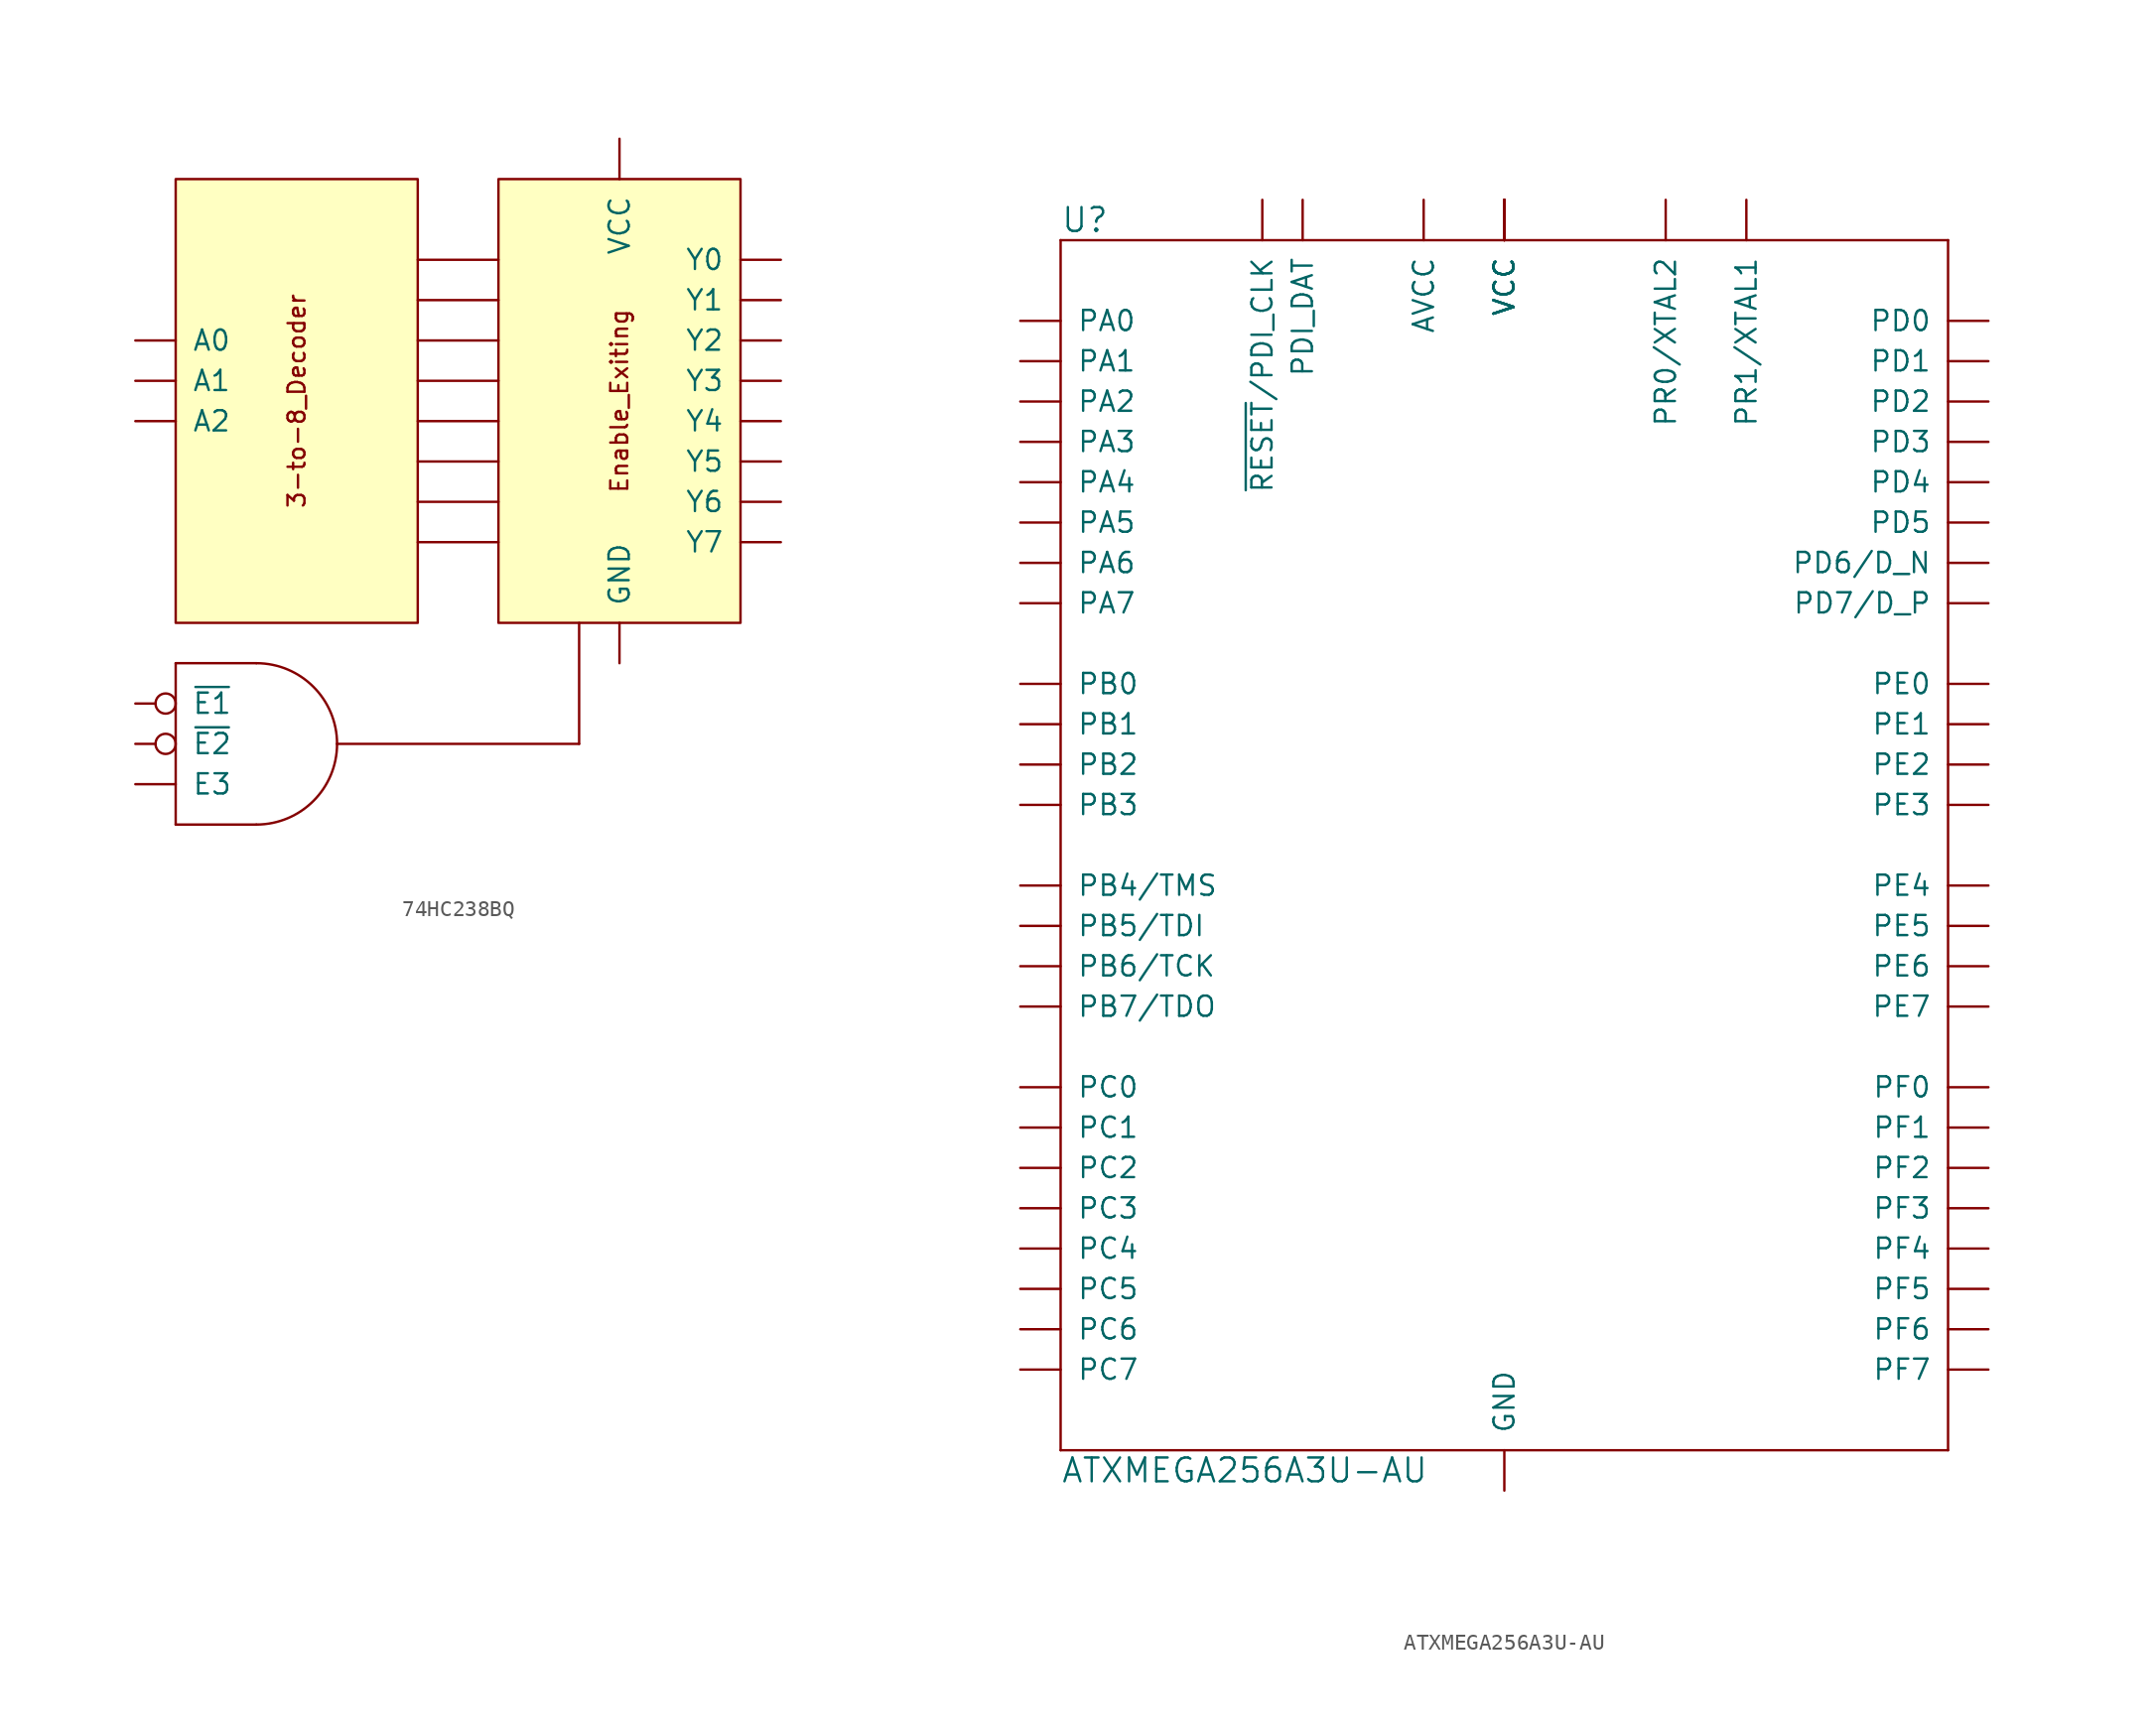
<source format=kicad_sym>
(kicad_symbol_lib
  (version 20211014)
  (generator kicad_symbol_editor)
  (symbol "74HC238BQ"
    (pin_names
      (offset 1.016))
    (property "Reference" "U"
      (at 0 21.59 0)
      (effects (font (size 1.27 1.27)) hide))
    (property "ki_locked" ""
      (at 0 0 0)
      (effects (font (size 1.27 1.27))))
    (symbol "74HC238BQ_1_0"
      (arc (start -12.7 -20.32) (mid -9.1079 -18.8321) (end -7.62 -15.24) (stroke (width 0) (type default) (color 0 0 0 0)) (fill (type none)))
      (arc (start -7.62 -15.24) (mid -9.1079 -11.6479) (end -12.7 -10.16) (stroke (width 0) (type default) (color 0 0 0 0)) (fill (type none)))
      (polyline (pts (xy -17.78 -20.32) (xy -12.7 -20.32)) (stroke (width 0) (type default) (color 0 0 0 0)) (fill (type none)))
      (polyline (pts (xy -17.78 -10.16) (xy -17.78 -20.32)) (stroke (width 0) (type default) (color 0 0 0 0)) (fill (type none)))
      (polyline (pts (xy -12.7 -10.16) (xy -17.78 -10.16)) (stroke (width 0) (type default) (color 0 0 0 0)) (fill (type none)))
      (polyline (pts (xy -7.62 -15.24) (xy 7.62 -15.24)) (stroke (width 0) (type default) (color 0 0 0 0)) (fill (type none)))
      (polyline (pts (xy 2.54 -2.54) (xy -2.54 -2.54)) (stroke (width 0) (type default) (color 0 0 0 0)) (fill (type none)))
      (polyline (pts (xy 2.54 0) (xy -2.54 0)) (stroke (width 0) (type default) (color 0 0 0 0)) (fill (type none)))
      (polyline (pts (xy 2.54 2.54) (xy -2.54 2.54)) (stroke (width 0) (type default) (color 0 0 0 0)) (fill (type none)))
      (polyline (pts (xy 2.54 5.08) (xy -2.54 5.08)) (stroke (width 0) (type default) (color 0 0 0 0)) (fill (type none)))
      (polyline (pts (xy 2.54 7.62) (xy -2.54 7.62)) (stroke (width 0) (type default) (color 0 0 0 0)) (fill (type none)))
      (polyline (pts (xy 2.54 10.16) (xy -2.54 10.16)) (stroke (width 0) (type default) (color 0 0 0 0)) (fill (type none)))
      (polyline (pts (xy 2.54 12.7) (xy -2.54 12.7)) (stroke (width 0) (type default) (color 0 0 0 0)) (fill (type none)))
      (polyline (pts (xy 2.54 15.24) (xy -2.54 15.24)) (stroke (width 0) (type default) (color 0 0 0 0)) (fill (type none)))
      (polyline (pts (xy 7.62 -15.24) (xy 7.62 -7.62)) (stroke (width 0) (type default) (color 0 0 0 0)) (fill (type none)))
      (text "3-to-8_Decoder" (at -10.16 6.35 900) (effects (font (size 1.067 1.067))))
      (text "Enable_Exiting" (at 10.16 6.35 900) (effects (font (size 1.067 1.067))))
      (pin input line (at -20.32 10.16 0) (length 2.54) (name "A0" (effects (font (size 1.27 1.27)))) (number "1" (effects (font (size 0 0)))))
      (pin output line (at 20.32 2.54 180) (length 2.54) (name "Y5" (effects (font (size 1.27 1.27)))) (number "10" (effects (font (size 0 0)))))
      (pin output line (at 20.32 5.08 180) (length 2.54) (name "Y4" (effects (font (size 1.27 1.27)))) (number "11" (effects (font (size 0 0)))))
      (pin output line (at 20.32 7.62 180) (length 2.54) (name "Y3" (effects (font (size 1.27 1.27)))) (number "12" (effects (font (size 0 0)))))
      (pin output line (at 20.32 10.16 180) (length 2.54) (name "Y2" (effects (font (size 1.27 1.27)))) (number "13" (effects (font (size 0 0)))))
      (pin output line (at 20.32 12.7 180) (length 2.54) (name "Y1" (effects (font (size 1.27 1.27)))) (number "14" (effects (font (size 0 0)))))
      (pin output line (at 20.32 15.24 180) (length 2.54) (name "Y0" (effects (font (size 1.27 1.27)))) (number "15" (effects (font (size 0 0)))))
      (pin power_in line (at 10.16 22.86 270) (length 2.54) (name "VCC" (effects (font (size 1.27 1.27)))) (number "16" (effects (font (size 0 0)))))
      (pin input line (at -20.32 7.62 0) (length 2.54) (name "A1" (effects (font (size 1.27 1.27)))) (number "2" (effects (font (size 0 0)))))
      (pin input line (at -20.32 5.08 0) (length 2.54) (name "A2" (effects (font (size 1.27 1.27)))) (number "3" (effects (font (size 0 0)))))
      (pin input inverted (at -20.32 -12.7 0) (length 2.54) (name "~{E1}" (effects (font (size 1.27 1.27)))) (number "4" (effects (font (size 0 0)))))
      (pin input inverted (at -20.32 -15.24 0) (length 2.54) (name "~{E2}" (effects (font (size 1.27 1.27)))) (number "5" (effects (font (size 0 0)))))
      (pin input line (at -20.32 -17.78 0) (length 2.54) (name "E3" (effects (font (size 1.27 1.27)))) (number "6" (effects (font (size 0 0)))))
      (pin output line (at 20.32 -2.54 180) (length 2.54) (name "Y7" (effects (font (size 1.27 1.27)))) (number "7" (effects (font (size 0 0)))))
      (pin passive line (at 10.16 -10.16 90) (length 2.54) (name "GND" (effects (font (size 1.27 1.27)))) (number "8" (effects (font (size 0 0)))))
      (pin output line (at 20.32 0 180) (length 2.54) (name "Y6" (effects (font (size 1.27 1.27)))) (number "9" (effects (font (size 0 0)))))
      (pin passive line (at 10.16 -10.16 90) (length 2.54) hide (name "GND" (effects (font (size 1.27 1.27)))) (number "EP" (effects (font (size 0 0))))))
    (symbol "74HC238BQ_1_1"
      (rectangle (start -2.54 -7.62) (end -17.78 20.32) (stroke (width 0) (type default) (color 0 0 0 0)) (fill (type background)))
      (rectangle (start 17.78 -7.62) (end 2.54 20.32) (stroke (width 0) (type default) (color 0 0 0 0)) (fill (type background)))))
  (symbol "ATXMEGA256A3U-AU"
    (pin_numbers hide)
    (pin_names
      (offset 1.016))
    (property "Reference" "U"
      (at -27.94 39.37 0)
      (effects (font (size 1.499 1.499)) (justify left)))
    (property "Value" "ATXMEGA256A3U-AU"
      (at -27.94 -39.37 0)
      (effects (font (size 1.499 1.499)) (justify left)))
    (symbol "ATXMEGA256A3U-AU_1_0"
      (polyline (pts (xy -27.94 -38.1) (xy -27.94 38.1)) (stroke (width 0) (type default) (color 0 0 0 0)) (fill (type none)))
      (polyline (pts (xy -27.94 38.1) (xy 27.94 38.1)) (stroke (width 0) (type default) (color 0 0 0 0)) (fill (type none)))
      (polyline (pts (xy 27.94 -38.1) (xy -27.94 -38.1)) (stroke (width 0) (type default) (color 0 0 0 0)) (fill (type none)))
      (polyline (pts (xy 27.94 38.1) (xy 27.94 -38.1)) (stroke (width 0) (type default) (color 0 0 0 0)) (fill (type none)))
      (pin bidirectional line (at -30.48 25.4 0) (length 2.54) (name "PA3" (effects (font (size 1.27 1.27)))) (number "1" (effects (font (size 0 0)))))
      (pin bidirectional line (at -30.48 -2.54 0) (length 2.54) (name "PB4/TMS" (effects (font (size 1.27 1.27)))) (number "10" (effects (font (size 0 0)))))
      (pin bidirectional line (at -30.48 -5.08 0) (length 2.54) (name "PB5/TDI" (effects (font (size 1.27 1.27)))) (number "11" (effects (font (size 0 0)))))
      (pin bidirectional line (at -30.48 -7.62 0) (length 2.54) (name "PB6/TCK" (effects (font (size 1.27 1.27)))) (number "12" (effects (font (size 0 0)))))
      (pin bidirectional line (at -30.48 -10.16 0) (length 2.54) (name "PB7/TDO" (effects (font (size 1.27 1.27)))) (number "13" (effects (font (size 0 0)))))
      (pin passive line (at 0 -40.64 90) (length 2.54) (name "GND" (effects (font (size 1.27 1.27)))) (number "14" (effects (font (size 0 0)))))
      (pin passive line (at 0 40.64 270) (length 2.54) (name "VCC" (effects (font (size 1.27 1.27)))) (number "15" (effects (font (size 0 0)))))
      (pin bidirectional line (at -30.48 -15.24 0) (length 2.54) (name "PC0" (effects (font (size 1.27 1.27)))) (number "16" (effects (font (size 0 0)))))
      (pin bidirectional line (at -30.48 -17.78 0) (length 2.54) (name "PC1" (effects (font (size 1.27 1.27)))) (number "17" (effects (font (size 0 0)))))
      (pin bidirectional line (at -30.48 -20.32 0) (length 2.54) (name "PC2" (effects (font (size 1.27 1.27)))) (number "18" (effects (font (size 0 0)))))
      (pin bidirectional line (at -30.48 -22.86 0) (length 2.54) (name "PC3" (effects (font (size 1.27 1.27)))) (number "19" (effects (font (size 0 0)))))
      (pin bidirectional line (at -30.48 22.86 0) (length 2.54) (name "PA4" (effects (font (size 1.27 1.27)))) (number "2" (effects (font (size 0 0)))))
      (pin bidirectional line (at -30.48 -25.4 0) (length 2.54) (name "PC4" (effects (font (size 1.27 1.27)))) (number "20" (effects (font (size 0 0)))))
      (pin bidirectional line (at -30.48 -27.94 0) (length 2.54) (name "PC5" (effects (font (size 1.27 1.27)))) (number "21" (effects (font (size 0 0)))))
      (pin bidirectional line (at -30.48 -30.48 0) (length 2.54) (name "PC6" (effects (font (size 1.27 1.27)))) (number "22" (effects (font (size 0 0)))))
      (pin bidirectional line (at -30.48 -33.02 0) (length 2.54) (name "PC7" (effects (font (size 1.27 1.27)))) (number "23" (effects (font (size 0 0)))))
      (pin passive line (at 0 -40.64 90) (length 2.54) hide (name "GND" (effects (font (size 1.27 1.27)))) (number "24" (effects (font (size 0 0)))))
      (pin passive line (at 0 40.64 270) (length 2.54) (name "VCC" (effects (font (size 1.27 1.27)))) (number "25" (effects (font (size 0 0)))))
      (pin bidirectional line (at 30.48 33.02 180) (length 2.54) (name "PD0" (effects (font (size 1.27 1.27)))) (number "26" (effects (font (size 0 0)))))
      (pin bidirectional line (at 30.48 30.48 180) (length 2.54) (name "PD1" (effects (font (size 1.27 1.27)))) (number "27" (effects (font (size 0 0)))))
      (pin bidirectional line (at 30.48 27.94 180) (length 2.54) (name "PD2" (effects (font (size 1.27 1.27)))) (number "28" (effects (font (size 0 0)))))
      (pin bidirectional line (at 30.48 25.4 180) (length 2.54) (name "PD3" (effects (font (size 1.27 1.27)))) (number "29" (effects (font (size 0 0)))))
      (pin bidirectional line (at -30.48 20.32 0) (length 2.54) (name "PA5" (effects (font (size 1.27 1.27)))) (number "3" (effects (font (size 0 0)))))
      (pin bidirectional line (at 30.48 22.86 180) (length 2.54) (name "PD4" (effects (font (size 1.27 1.27)))) (number "30" (effects (font (size 0 0)))))
      (pin bidirectional line (at 30.48 20.32 180) (length 2.54) (name "PD5" (effects (font (size 1.27 1.27)))) (number "31" (effects (font (size 0 0)))))
      (pin bidirectional line (at 30.48 17.78 180) (length 2.54) (name "PD6/D_N" (effects (font (size 1.27 1.27)))) (number "32" (effects (font (size 0 0)))))
      (pin bidirectional line (at 30.48 15.24 180) (length 2.54) (name "PD7/D_P" (effects (font (size 1.27 1.27)))) (number "33" (effects (font (size 0 0)))))
      (pin passive line (at 0 -40.64 90) (length 2.54) hide (name "GND" (effects (font (size 1.27 1.27)))) (number "34" (effects (font (size 0 0)))))
      (pin passive line (at 0 40.64 270) (length 2.54) (name "VCC" (effects (font (size 1.27 1.27)))) (number "35" (effects (font (size 0 0)))))
      (pin bidirectional line (at 30.48 10.16 180) (length 2.54) (name "PE0" (effects (font (size 1.27 1.27)))) (number "36" (effects (font (size 0 0)))))
      (pin bidirectional line (at 30.48 7.62 180) (length 2.54) (name "PE1" (effects (font (size 1.27 1.27)))) (number "37" (effects (font (size 0 0)))))
      (pin bidirectional line (at 30.48 5.08 180) (length 2.54) (name "PE2" (effects (font (size 1.27 1.27)))) (number "38" (effects (font (size 0 0)))))
      (pin bidirectional line (at 30.48 2.54 180) (length 2.54) (name "PE3" (effects (font (size 1.27 1.27)))) (number "39" (effects (font (size 0 0)))))
      (pin bidirectional line (at -30.48 17.78 0) (length 2.54) (name "PA6" (effects (font (size 1.27 1.27)))) (number "4" (effects (font (size 0 0)))))
      (pin bidirectional line (at 30.48 -2.54 180) (length 2.54) (name "PE4" (effects (font (size 1.27 1.27)))) (number "40" (effects (font (size 0 0)))))
      (pin bidirectional line (at 30.48 -5.08 180) (length 2.54) (name "PE5" (effects (font (size 1.27 1.27)))) (number "41" (effects (font (size 0 0)))))
      (pin bidirectional line (at 30.48 -7.62 180) (length 2.54) (name "PE6" (effects (font (size 1.27 1.27)))) (number "42" (effects (font (size 0 0)))))
      (pin input line (at 30.48 -10.16 180) (length 2.54) (name "PE7" (effects (font (size 1.27 1.27)))) (number "43" (effects (font (size 0 0)))))
      (pin passive line (at 0 -40.64 90) (length 2.54) hide (name "GND" (effects (font (size 1.27 1.27)))) (number "44" (effects (font (size 0 0)))))
      (pin passive line (at 0 40.64 270) (length 2.54) (name "VCC" (effects (font (size 1.27 1.27)))) (number "45" (effects (font (size 0 0)))))
      (pin bidirectional line (at 30.48 -15.24 180) (length 2.54) (name "PF0" (effects (font (size 1.27 1.27)))) (number "46" (effects (font (size 0 0)))))
      (pin bidirectional line (at 30.48 -17.78 180) (length 2.54) (name "PF1" (effects (font (size 1.27 1.27)))) (number "47" (effects (font (size 0 0)))))
      (pin bidirectional line (at 30.48 -20.32 180) (length 2.54) (name "PF2" (effects (font (size 1.27 1.27)))) (number "48" (effects (font (size 0 0)))))
      (pin bidirectional line (at 30.48 -22.86 180) (length 2.54) (name "PF3" (effects (font (size 1.27 1.27)))) (number "49" (effects (font (size 0 0)))))
      (pin bidirectional line (at -30.48 15.24 0) (length 2.54) (name "PA7" (effects (font (size 1.27 1.27)))) (number "5" (effects (font (size 0 0)))))
      (pin bidirectional line (at 30.48 -25.4 180) (length 2.54) (name "PF4" (effects (font (size 1.27 1.27)))) (number "50" (effects (font (size 0 0)))))
      (pin bidirectional line (at 30.48 -27.94 180) (length 2.54) (name "PF5" (effects (font (size 1.27 1.27)))) (number "51" (effects (font (size 0 0)))))
      (pin passive line (at 0 -40.64 90) (length 2.54) hide (name "GND" (effects (font (size 1.27 1.27)))) (number "52" (effects (font (size 0 0)))))
      (pin passive line (at 0 40.64 270) (length 2.54) (name "VCC" (effects (font (size 1.27 1.27)))) (number "53" (effects (font (size 0 0)))))
      (pin bidirectional line (at 30.48 -30.48 180) (length 2.54) (name "PF6" (effects (font (size 1.27 1.27)))) (number "54" (effects (font (size 0 0)))))
      (pin bidirectional line (at 30.48 -33.02 180) (length 2.54) (name "PF7" (effects (font (size 1.27 1.27)))) (number "55" (effects (font (size 0 0)))))
      (pin input line (at -12.7 40.64 270) (length 2.54) (name "PDI_DAT" (effects (font (size 1.27 1.27)))) (number "56" (effects (font (size 0 0)))))
      (pin input line (at -15.24 40.64 270) (length 2.54) (name "~{RESET}/PDI_CLK" (effects (font (size 1.27 1.27)))) (number "57" (effects (font (size 0 0)))))
      (pin bidirectional line (at 10.16 40.64 270) (length 2.54) (name "PR0/XTAL2" (effects (font (size 1.27 1.27)))) (number "58" (effects (font (size 0 0)))))
      (pin bidirectional line (at 15.24 40.64 270) (length 2.54) (name "PR1/XTAL1" (effects (font (size 1.27 1.27)))) (number "59" (effects (font (size 0 0)))))
      (pin bidirectional line (at -30.48 10.16 0) (length 2.54) (name "PB0" (effects (font (size 1.27 1.27)))) (number "6" (effects (font (size 0 0)))))
      (pin passive line (at 0 -40.64 90) (length 2.54) hide (name "GND" (effects (font (size 1.27 1.27)))) (number "60" (effects (font (size 0 0)))))
      (pin passive line (at -5.08 40.64 270) (length 2.54) (name "AVCC" (effects (font (size 1.27 1.27)))) (number "61" (effects (font (size 0 0)))))
      (pin bidirectional line (at -30.48 33.02 0) (length 2.54) (name "PA0" (effects (font (size 1.27 1.27)))) (number "62" (effects (font (size 0 0)))))
      (pin bidirectional line (at -30.48 30.48 0) (length 2.54) (name "PA1" (effects (font (size 1.27 1.27)))) (number "63" (effects (font (size 0 0)))))
      (pin bidirectional line (at -30.48 27.94 0) (length 2.54) (name "PA2" (effects (font (size 1.27 1.27)))) (number "64" (effects (font (size 0 0)))))
      (pin passive line (at 0 -40.64 90) (length 2.54) hide (name "GND" (effects (font (size 1.27 1.27)))) (number "65" (effects (font (size 0 0)))))
      (pin bidirectional line (at -30.48 7.62 0) (length 2.54) (name "PB1" (effects (font (size 1.27 1.27)))) (number "7" (effects (font (size 0 0)))))
      (pin bidirectional line (at -30.48 5.08 0) (length 2.54) (name "PB2" (effects (font (size 1.27 1.27)))) (number "8" (effects (font (size 0 0)))))
      (pin bidirectional line (at -30.48 2.54 0) (length 2.54) (name "PB3" (effects (font (size 1.27 1.27)))) (number "9" (effects (font (size 0 0))))))))
</source>
